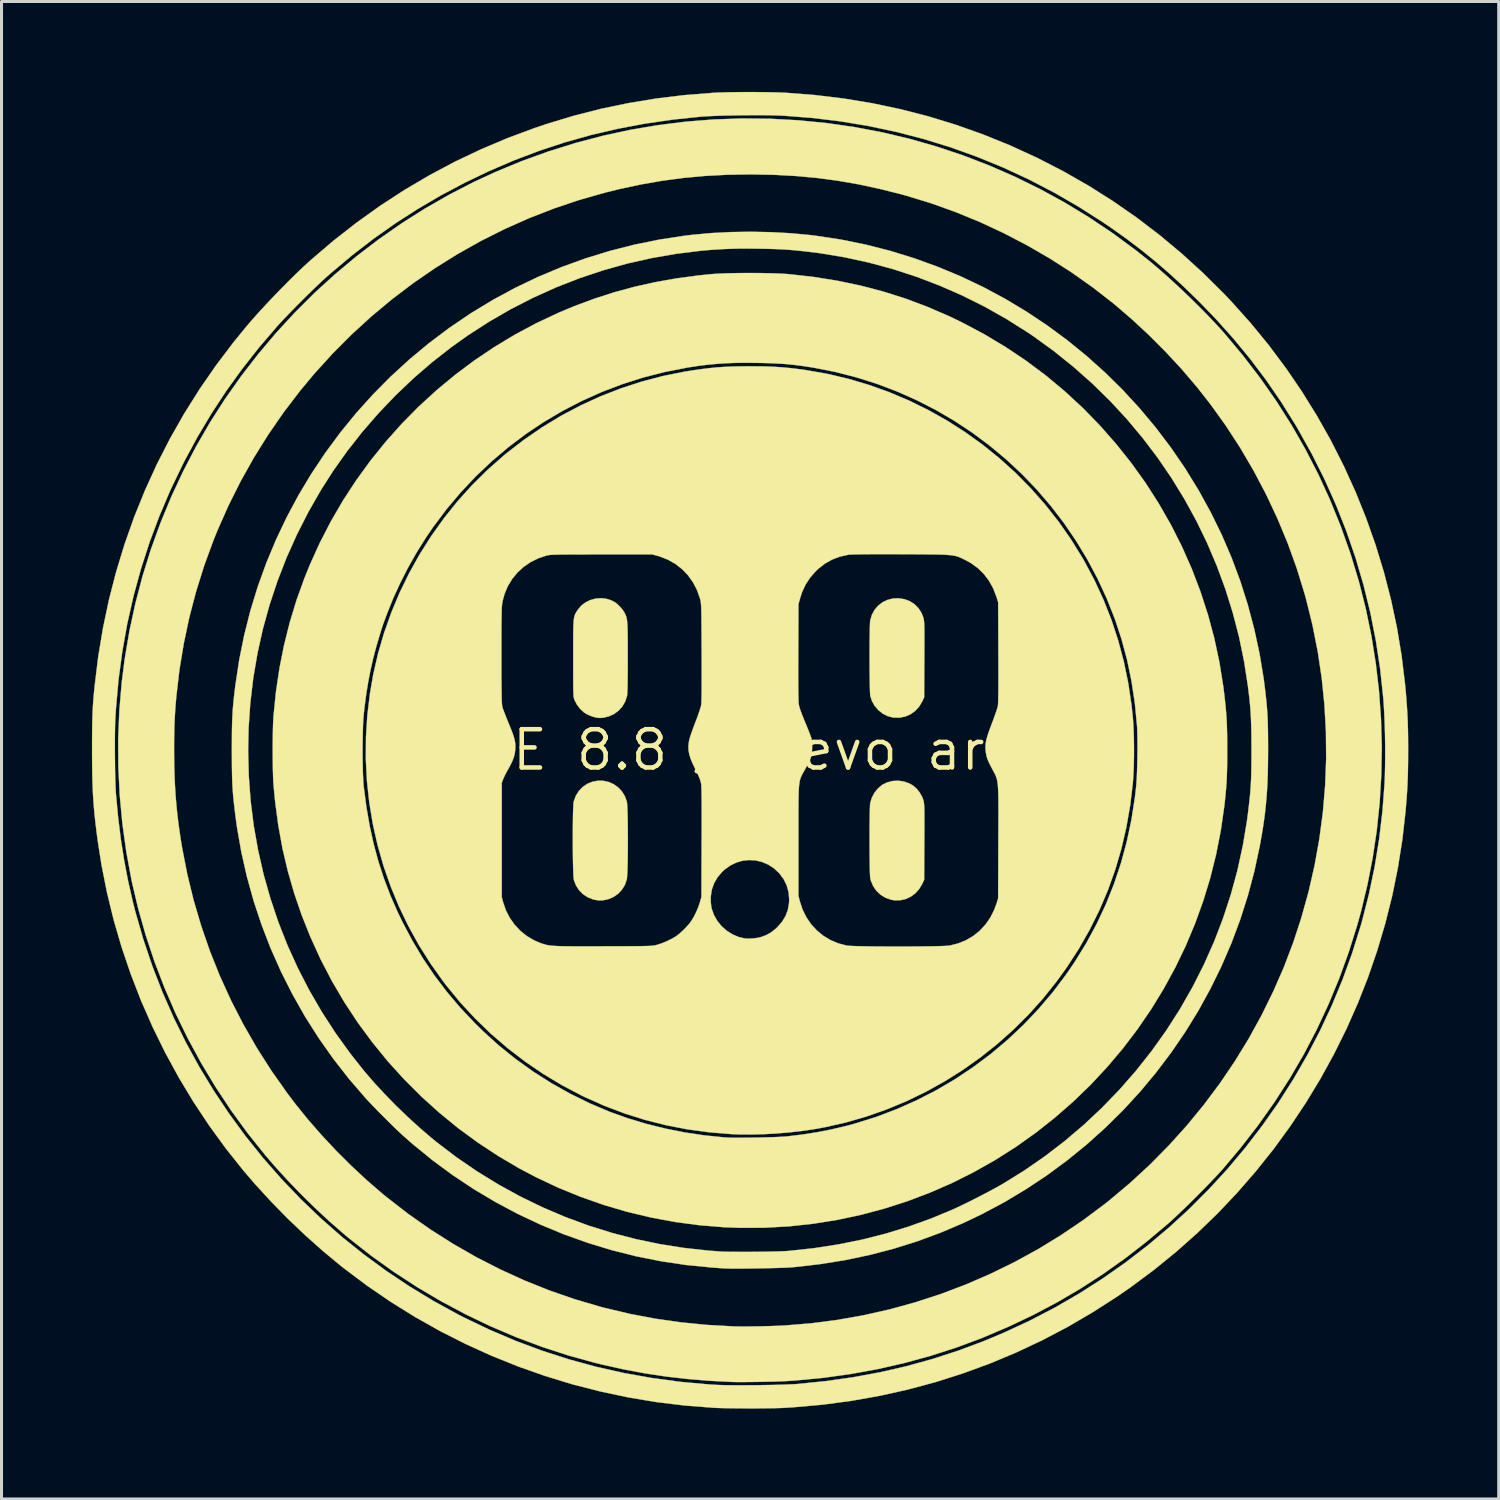
<source format=kicad_pcb>
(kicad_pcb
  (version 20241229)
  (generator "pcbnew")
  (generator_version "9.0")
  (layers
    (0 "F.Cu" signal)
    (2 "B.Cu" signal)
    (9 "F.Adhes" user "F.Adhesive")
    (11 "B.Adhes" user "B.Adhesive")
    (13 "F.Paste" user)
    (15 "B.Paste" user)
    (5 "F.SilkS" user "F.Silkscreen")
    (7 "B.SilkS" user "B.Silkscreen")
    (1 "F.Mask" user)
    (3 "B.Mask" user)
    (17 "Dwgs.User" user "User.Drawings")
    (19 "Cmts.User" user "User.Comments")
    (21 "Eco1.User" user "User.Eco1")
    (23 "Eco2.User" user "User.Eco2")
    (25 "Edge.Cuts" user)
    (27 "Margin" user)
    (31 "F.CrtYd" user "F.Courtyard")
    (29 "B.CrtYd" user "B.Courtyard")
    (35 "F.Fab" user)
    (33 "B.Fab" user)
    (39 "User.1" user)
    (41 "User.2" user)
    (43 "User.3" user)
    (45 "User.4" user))
  (footprint "BADGE 8.8 _Nuevo archivo"
    (layer "F.Cu")
    (at 21.817 21.829)
    (property "Reference" "BADGE 8.8 _Nuevo archivo" (at 0 0 0) (layer "F.SilkS") (effects (font (size 1.27 1.27) (thickness 0.15))))
    (attr through_hole)
    (fp_poly (pts (xy 5.138 -5.002) (xy 5.316 -4.935) (xy 5.471 -4.835) (xy 5.601 -4.704) (xy 5.702 -4.546) (xy 5.759 -4.402) (xy 5.768 -4.372) (xy 5.775 -4.341) (xy 5.781 -4.305) (xy 5.786 -4.261) (xy 5.79 -4.207) (xy 5.793 -4.137) (xy 5.795 -4.048) (xy 5.797 -3.938) (xy 5.797 -3.802) (xy 5.797 -3.637) (xy 5.797 -3.439) (xy 5.796 -3.205) (xy 5.795 -3.005) (xy 5.789 -1.746) (xy 5.723 -1.606) (xy 5.62 -1.435) (xy 5.49 -1.294) (xy 5.337 -1.185) (xy 5.165 -1.111) (xy 4.98 -1.073) (xy 4.785 -1.074) (xy 4.748 -1.079) (xy 4.573 -1.126) (xy 4.411 -1.209) (xy 4.268 -1.324) (xy 4.148 -1.465) (xy 4.057 -1.626) (xy 4.003 -1.795) (xy 3.998 -1.841) (xy 3.993 -1.924) (xy 3.99 -2.04) (xy 3.986 -2.183) (xy 3.984 -2.349) (xy 3.981 -2.532) (xy 3.98 -2.728) (xy 3.979 -2.932) (xy 3.979 -3.138) (xy 3.979 -3.343) (xy 3.98 -3.54) (xy 3.982 -3.725) (xy 3.984 -3.894) (xy 3.987 -4.04) (xy 3.991 -4.159) (xy 3.995 -4.247) (xy 4 -4.298) (xy 4.001 -4.299) (xy 4.055 -4.484) (xy 4.144 -4.648) (xy 4.263 -4.787) (xy 4.407 -4.899) (xy 4.572 -4.979) (xy 4.753 -5.025) (xy 4.94 -5.033) (xy 5.138 -5.002)) (stroke (width 0.01) (type solid)) (fill yes) (layer "F.SilkS"))
    (fp_poly (pts (xy 5.119 1.046) (xy 5.296 1.108) (xy 5.414 1.175) (xy 5.532 1.276) (xy 5.637 1.405) (xy 5.72 1.55) (xy 5.758 1.649) (xy 5.767 1.68) (xy 5.775 1.711) (xy 5.781 1.746) (xy 5.786 1.789) (xy 5.79 1.843) (xy 5.793 1.912) (xy 5.795 1.999) (xy 5.797 2.107) (xy 5.797 2.241) (xy 5.797 2.403) (xy 5.797 2.598) (xy 5.796 2.829) (xy 5.795 3.049) (xy 5.789 4.307) (xy 5.721 4.45) (xy 5.62 4.618) (xy 5.493 4.758) (xy 5.343 4.867) (xy 5.177 4.944) (xy 4.999 4.984) (xy 4.814 4.987) (xy 4.688 4.966) (xy 4.504 4.9) (xy 4.341 4.8) (xy 4.204 4.67) (xy 4.097 4.514) (xy 4.022 4.335) (xy 4.003 4.259) (xy 3.998 4.213) (xy 3.993 4.129) (xy 3.989 4.014) (xy 3.986 3.87) (xy 3.983 3.705) (xy 3.981 3.521) (xy 3.98 3.325) (xy 3.979 3.121) (xy 3.979 2.915) (xy 3.979 2.711) (xy 3.98 2.513) (xy 3.982 2.328) (xy 3.984 2.16) (xy 3.987 2.014) (xy 3.991 1.895) (xy 3.995 1.808) (xy 4 1.758) (xy 4.001 1.756) (xy 4.052 1.588) (xy 4.136 1.427) (xy 4.248 1.285) (xy 4.379 1.17) (xy 4.406 1.151) (xy 4.57 1.072) (xy 4.749 1.028) (xy 4.935 1.019) (xy 5.119 1.046)) (stroke (width 0.01) (type solid)) (fill yes) (layer "F.SilkS"))
    (fp_poly (pts (xy -4.851 1.022) (xy -4.673 1.062) (xy -4.508 1.136) (xy -4.361 1.241) (xy -4.236 1.375) (xy -4.138 1.534) (xy -4.075 1.705) (xy -4.067 1.758) (xy -4.06 1.849) (xy -4.054 1.973) (xy -4.049 2.123) (xy -4.045 2.296) (xy -4.042 2.487) (xy -4.04 2.689) (xy -4.039 2.9) (xy -4.039 3.112) (xy -4.04 3.322) (xy -4.043 3.525) (xy -4.046 3.715) (xy -4.05 3.887) (xy -4.055 4.037) (xy -4.062 4.16) (xy -4.069 4.25) (xy -4.076 4.297) (xy -4.137 4.474) (xy -4.234 4.632) (xy -4.361 4.767) (xy -4.513 4.874) (xy -4.687 4.948) (xy -4.742 4.962) (xy -4.874 4.987) (xy -4.991 4.991) (xy -5.113 4.974) (xy -5.187 4.957) (xy -5.364 4.889) (xy -5.522 4.787) (xy -5.655 4.655) (xy -5.758 4.497) (xy -5.828 4.318) (xy -5.83 4.308) (xy -5.838 4.258) (xy -5.844 4.17) (xy -5.85 4.05) (xy -5.855 3.902) (xy -5.859 3.732) (xy -5.862 3.544) (xy -5.864 3.343) (xy -5.866 3.134) (xy -5.866 2.923) (xy -5.866 2.713) (xy -5.864 2.511) (xy -5.862 2.319) (xy -5.859 2.145) (xy -5.855 1.992) (xy -5.849 1.866) (xy -5.843 1.771) (xy -5.836 1.712) (xy -5.834 1.704) (xy -5.765 1.518) (xy -5.662 1.356) (xy -5.532 1.221) (xy -5.375 1.117) (xy -5.225 1.056) (xy -5.037 1.019) (xy -4.851 1.022)) (stroke (width 0.01) (type solid)) (fill yes) (layer "F.SilkS"))
    (fp_poly (pts (xy -4.758 -5.017) (xy -4.587 -4.964) (xy -4.47 -4.902) (xy -4.388 -4.839) (xy -4.301 -4.754) (xy -4.22 -4.66) (xy -4.16 -4.571) (xy -4.151 -4.554) (xy -4.128 -4.509) (xy -4.109 -4.466) (xy -4.093 -4.421) (xy -4.08 -4.371) (xy -4.069 -4.311) (xy -4.061 -4.239) (xy -4.055 -4.15) (xy -4.05 -4.041) (xy -4.047 -3.907) (xy -4.045 -3.747) (xy -4.043 -3.554) (xy -4.043 -3.327) (xy -4.043 -3.066) (xy -4.043 -2.759) (xy -4.045 -2.494) (xy -4.047 -2.27) (xy -4.05 -2.089) (xy -4.055 -1.949) (xy -4.06 -1.852) (xy -4.066 -1.797) (xy -4.066 -1.795) (xy -4.126 -1.611) (xy -4.22 -1.447) (xy -4.345 -1.307) (xy -4.496 -1.195) (xy -4.669 -1.116) (xy -4.818 -1.079) (xy -4.893 -1.067) (xy -4.946 -1.063) (xy -4.997 -1.064) (xy -5.064 -1.072) (xy -5.069 -1.073) (xy -5.178 -1.098) (xy -5.3 -1.142) (xy -5.416 -1.197) (xy -5.497 -1.248) (xy -5.622 -1.364) (xy -5.73 -1.506) (xy -5.805 -1.651) (xy -5.815 -1.676) (xy -5.823 -1.7) (xy -5.83 -1.727) (xy -5.836 -1.761) (xy -5.841 -1.805) (xy -5.844 -1.862) (xy -5.847 -1.936) (xy -5.849 -2.03) (xy -5.851 -2.148) (xy -5.852 -2.293) (xy -5.852 -2.469) (xy -5.853 -2.678) (xy -5.853 -2.925) (xy -5.853 -3.048) (xy -5.853 -3.322) (xy -5.853 -3.556) (xy -5.852 -3.756) (xy -5.851 -3.923) (xy -5.848 -4.063) (xy -5.844 -4.177) (xy -5.838 -4.271) (xy -5.83 -4.347) (xy -5.819 -4.408) (xy -5.806 -4.459) (xy -5.789 -4.502) (xy -5.769 -4.542) (xy -5.745 -4.582) (xy -5.717 -4.625) (xy -5.697 -4.654) (xy -5.584 -4.789) (xy -5.445 -4.896) (xy -5.286 -4.974) (xy -5.115 -5.021) (xy -4.936 -5.036) (xy -4.758 -5.017)) (stroke (width 0.01) (type solid)) (fill yes) (layer "F.SilkS"))
    (fp_poly (pts (xy 0.341 -15.821) (xy 0.598 -15.816) (xy 0.838 -15.81) (xy 1.055 -15.801) (xy 1.242 -15.79) (xy 1.323 -15.783) (xy 2.133 -15.691) (xy 2.919 -15.565) (xy 3.685 -15.404) (xy 4.433 -15.208) (xy 5.167 -14.975) (xy 5.887 -14.705) (xy 6.599 -14.398) (xy 7.056 -14.178) (xy 7.789 -13.788) (xy 8.494 -13.366) (xy 9.173 -12.911) (xy 9.825 -12.424) (xy 10.449 -11.904) (xy 11.046 -11.352) (xy 11.617 -10.767) (xy 12.159 -10.15) (xy 12.657 -9.525) (xy 13.132 -8.863) (xy 13.57 -8.179) (xy 13.973 -7.476) (xy 14.338 -6.754) (xy 14.665 -6.015) (xy 14.953 -5.261) (xy 15.203 -4.492) (xy 15.413 -3.711) (xy 15.582 -2.92) (xy 15.711 -2.118) (xy 15.746 -1.841) (xy 15.77 -1.621) (xy 15.791 -1.423) (xy 15.807 -1.24) (xy 15.82 -1.063) (xy 15.829 -0.885) (xy 15.835 -0.697) (xy 15.84 -0.49) (xy 15.842 -0.258) (xy 15.842 0.008) (xy 15.842 0.011) (xy 15.842 0.277) (xy 15.84 0.51) (xy 15.835 0.716) (xy 15.829 0.905) (xy 15.82 1.083) (xy 15.807 1.26) (xy 15.791 1.443) (xy 15.771 1.641) (xy 15.746 1.861) (xy 15.746 1.863) (xy 15.631 2.665) (xy 15.476 3.457) (xy 15.282 4.238) (xy 15.048 5.005) (xy 14.776 5.758) (xy 14.467 6.495) (xy 14.12 7.215) (xy 13.738 7.917) (xy 13.321 8.598) (xy 12.869 9.259) (xy 12.383 9.898) (xy 11.865 10.512) (xy 11.315 11.102) (xy 10.733 11.665) (xy 10.12 12.2) (xy 9.498 12.692) (xy 8.834 13.164) (xy 8.149 13.599) (xy 7.445 13.997) (xy 6.724 14.359) (xy 5.986 14.682) (xy 5.234 14.967) (xy 4.469 15.213) (xy 3.693 15.42) (xy 2.906 15.588) (xy 2.111 15.715) (xy 1.309 15.802) (xy 0.502 15.847) (xy -0.309 15.851) (xy -0.847 15.831) (xy -1.661 15.765) (xy -2.469 15.658) (xy -3.269 15.509) (xy -4.06 15.321) (xy -4.838 15.092) (xy -5.604 14.823) (xy -6.356 14.516) (xy -7.091 14.169) (xy -7.638 13.881) (xy -8.338 13.469) (xy -9.015 13.023) (xy -9.668 12.544) (xy -10.294 12.033) (xy -10.894 11.491) (xy -11.465 10.92) (xy -12.007 10.321) (xy -12.517 9.696) (xy -12.996 9.046) (xy -13.44 8.372) (xy -13.85 7.675) (xy -14.224 6.958) (xy -14.246 6.913) (xy -14.572 6.197) (xy -14.859 5.478) (xy -15.108 4.752) (xy -15.32 4.016) (xy -15.496 3.266) (xy -15.636 2.498) (xy -15.741 1.71) (xy -15.794 1.154) (xy -15.803 1.019) (xy -15.809 0.85) (xy -15.815 0.653) (xy -15.818 0.436) (xy -15.82 0.205) (xy -15.821 0.04) (xy -12.84 0.04) (xy -12.838 0.286) (xy -12.835 0.524) (xy -12.829 0.747) (xy -12.82 0.947) (xy -12.81 1.118) (xy -12.8 1.228) (xy -12.713 1.888) (xy -12.605 2.516) (xy -12.472 3.12) (xy -12.314 3.703) (xy -12.128 4.272) (xy -11.914 4.833) (xy -11.669 5.391) (xy -11.512 5.715) (xy -11.185 6.333) (xy -10.833 6.921) (xy -10.453 7.483) (xy -10.043 8.024) (xy -9.599 8.548) (xy -9.118 9.058) (xy -8.837 9.335) (xy -8.313 9.808) (xy -7.758 10.254) (xy -7.175 10.671) (xy -6.568 11.057) (xy -5.939 11.409) (xy -5.292 11.727) (xy -4.629 12.007) (xy -4.622 12.009) (xy -4.039 12.218) (xy -3.428 12.402) (xy -2.798 12.558) (xy -2.157 12.686) (xy -1.513 12.783) (xy -0.874 12.847) (xy -0.751 12.856) (xy -0.655 12.86) (xy -0.524 12.862) (xy -0.364 12.863) (xy -0.183 12.862) (xy 0.013 12.86) (xy 0.216 12.857) (xy 0.42 12.853) (xy 0.618 12.848) (xy 0.804 12.842) (xy 0.969 12.835) (xy 1.108 12.828) (xy 1.214 12.82) (xy 1.238 12.818) (xy 1.752 12.756) (xy 2.237 12.68) (xy 2.704 12.589) (xy 3.165 12.481) (xy 3.493 12.393) (xy 4.19 12.175) (xy 4.872 11.917) (xy 5.537 11.622) (xy 6.183 11.291) (xy 6.809 10.924) (xy 7.413 10.522) (xy 7.993 10.088) (xy 8.549 9.621) (xy 9.079 9.123) (xy 9.58 8.595) (xy 10.053 8.039) (xy 10.495 7.454) (xy 10.779 7.038) (xy 11.165 6.412) (xy 11.511 5.772) (xy 11.819 5.116) (xy 12.087 4.444) (xy 12.317 3.756) (xy 12.509 3.05) (xy 12.663 2.327) (xy 12.779 1.584) (xy 12.817 1.259) (xy 12.83 1.116) (xy 12.841 0.938) (xy 12.85 0.734) (xy 12.857 0.511) (xy 12.862 0.279) (xy 12.865 0.044) (xy 12.866 -0.185) (xy 12.864 -0.4) (xy 12.86 -0.592) (xy 12.854 -0.755) (xy 12.85 -0.806) (xy 12.779 -1.551) (xy 12.669 -2.277) (xy 12.523 -2.984) (xy 12.338 -3.673) (xy 12.12 -4.335) (xy 11.849 -5.02) (xy 11.542 -5.684) (xy 11.201 -6.325) (xy 10.827 -6.943) (xy 10.422 -7.536) (xy 9.985 -8.104) (xy 9.52 -8.645) (xy 9.026 -9.159) (xy 8.506 -9.643) (xy 7.96 -10.098) (xy 7.391 -10.523) (xy 6.798 -10.915) (xy 6.183 -11.275) (xy 5.549 -11.6) (xy 4.895 -11.891) (xy 4.223 -12.146) (xy 3.535 -12.363) (xy 2.832 -12.543) (xy 2.114 -12.684) (xy 1.81 -12.731) (xy 1.596 -12.76) (xy 1.397 -12.783) (xy 1.201 -12.802) (xy 1.002 -12.816) (xy 0.788 -12.827) (xy 0.552 -12.835) (xy 0.284 -12.841) (xy 0.239 -12.842) (xy -0.134 -12.845) (xy -0.476 -12.841) (xy -0.795 -12.829) (xy -1.101 -12.808) (xy -1.404 -12.779) (xy -1.714 -12.74) (xy -2.041 -12.69) (xy -2.11 -12.678) (xy -2.83 -12.536) (xy -3.537 -12.355) (xy -4.229 -12.134) (xy -4.906 -11.876) (xy -5.565 -11.58) (xy -6.206 -11.249) (xy -6.826 -10.882) (xy -7.426 -10.481) (xy -8.002 -10.046) (xy -8.554 -9.579) (xy -9.081 -9.08) (xy -9.581 -8.55) (xy -10.052 -7.991) (xy -10.494 -7.402) (xy -10.743 -7.038) (xy -11.045 -6.555) (xy -11.33 -6.052) (xy -11.592 -5.537) (xy -11.828 -5.022) (xy -12.031 -4.515) (xy -12.053 -4.456) (xy -12.087 -4.363) (xy -12.117 -4.282) (xy -12.14 -4.222) (xy -12.149 -4.199) (xy -12.161 -4.164) (xy -12.183 -4.097) (xy -12.213 -4.004) (xy -12.247 -3.895) (xy -12.274 -3.807) (xy -12.391 -3.408) (xy -12.492 -3.024) (xy -12.578 -2.643) (xy -12.653 -2.256) (xy -12.718 -1.852) (xy -12.775 -1.421) (xy -12.799 -1.206) (xy -12.812 -1.062) (xy -12.822 -0.882) (xy -12.83 -0.675) (xy -12.835 -0.448) (xy -12.839 -0.207) (xy -12.84 0.04) (xy -15.821 0.04) (xy -15.821 -0.032) (xy -15.82 -0.267) (xy -15.817 -0.494) (xy -15.813 -0.705) (xy -15.807 -0.893) (xy -15.8 -1.05) (xy -15.794 -1.132) (xy -15.712 -1.938) (xy -15.595 -2.721) (xy -15.443 -3.484) (xy -15.255 -4.233) (xy -15.031 -4.97) (xy -14.769 -5.698) (xy -14.595 -6.128) (xy -14.263 -6.863) (xy -13.894 -7.579) (xy -13.49 -8.274) (xy -13.051 -8.946) (xy -12.58 -9.595) (xy -12.077 -10.219) (xy -11.544 -10.817) (xy -10.982 -11.387) (xy -10.392 -11.928) (xy -9.775 -12.44) (xy -9.134 -12.92) (xy -8.468 -13.368) (xy -7.78 -13.782) (xy -7.071 -14.161) (xy -6.342 -14.504) (xy -5.821 -14.722) (xy -5.156 -14.969) (xy -4.489 -15.184) (xy -3.816 -15.367) (xy -3.129 -15.52) (xy -2.423 -15.645) (xy -1.692 -15.743) (xy -1.291 -15.784) (xy -1.126 -15.796) (xy -0.927 -15.806) (xy -0.699 -15.814) (xy -0.451 -15.819) (xy -0.19 -15.822) (xy 0.076 -15.822) (xy 0.341 -15.821)) (stroke (width 0.01) (type solid)) (fill yes) (layer "F.SilkS"))
    (fp_poly (pts (xy 0.695 -20.939) (xy 1.638 -20.887) (xy 2.572 -20.794) (xy 3.495 -20.661) (xy 4.409 -20.487) (xy 5.313 -20.272) (xy 6.205 -20.017) (xy 7.085 -19.723) (xy 7.95 -19.389) (xy 8.801 -19.017) (xy 9.635 -18.607) (xy 10.452 -18.16) (xy 11.25 -17.675) (xy 12.029 -17.154) (xy 12.787 -16.596) (xy 13.293 -16.195) (xy 13.539 -15.987) (xy 13.804 -15.755) (xy 14.082 -15.503) (xy 14.365 -15.238) (xy 14.649 -14.966) (xy 14.926 -14.692) (xy 15.191 -14.423) (xy 15.438 -14.164) (xy 15.659 -13.923) (xy 15.752 -13.818) (xy 16.366 -13.083) (xy 16.942 -12.332) (xy 17.479 -11.563) (xy 17.978 -10.776) (xy 18.439 -9.97) (xy 18.864 -9.145) (xy 19.252 -8.299) (xy 19.604 -7.432) (xy 19.92 -6.543) (xy 19.948 -6.458) (xy 20.214 -5.577) (xy 20.44 -4.683) (xy 20.626 -3.78) (xy 20.772 -2.868) (xy 20.878 -1.951) (xy 20.944 -1.029) (xy 20.97 -0.106) (xy 20.955 0.818) (xy 20.9 1.74) (xy 20.805 2.658) (xy 20.669 3.571) (xy 20.493 4.475) (xy 20.277 5.371) (xy 20.16 5.794) (xy 19.878 6.693) (xy 19.56 7.572) (xy 19.205 8.431) (xy 18.813 9.271) (xy 18.384 10.092) (xy 17.916 10.895) (xy 17.41 11.681) (xy 16.865 12.451) (xy 16.282 13.204) (xy 15.708 13.885) (xy 15.596 14.011) (xy 15.457 14.16) (xy 15.298 14.327) (xy 15.123 14.507) (xy 14.939 14.694) (xy 14.75 14.884) (xy 14.561 15.07) (xy 14.379 15.248) (xy 14.207 15.412) (xy 14.052 15.557) (xy 13.919 15.678) (xy 13.885 15.708) (xy 13.175 16.305) (xy 12.456 16.863) (xy 11.725 17.382) (xy 10.979 17.865) (xy 10.214 18.314) (xy 9.428 18.731) (xy 8.616 19.118) (xy 7.776 19.477) (xy 7.705 19.506) (xy 6.869 19.818) (xy 6.013 20.094) (xy 5.139 20.334) (xy 4.249 20.537) (xy 3.347 20.701) (xy 2.435 20.828) (xy 1.516 20.915) (xy 1.249 20.933) (xy 1.126 20.939) (xy 0.973 20.945) (xy 0.795 20.951) (xy 0.601 20.955) (xy 0.398 20.96) (xy 0.194 20.963) (xy -0.005 20.965) (xy -0.19 20.967) (xy -0.354 20.967) (xy -0.491 20.966) (xy -0.582 20.964) (xy -1.338 20.925) (xy -2.064 20.865) (xy -2.77 20.784) (xy -3.464 20.68) (xy -4.154 20.551) (xy -4.85 20.397) (xy -5.122 20.331) (xy -6.004 20.088) (xy -6.877 19.804) (xy -7.739 19.481) (xy -8.587 19.12) (xy -9.42 18.721) (xy -10.236 18.286) (xy -11.031 17.816) (xy -11.805 17.312) (xy -12.555 16.775) (xy -13.278 16.207) (xy -13.483 16.035) (xy -13.95 15.627) (xy -14.421 15.189) (xy -14.887 14.731) (xy -15.338 14.262) (xy -15.766 13.791) (xy -16.077 13.429) (xy -16.657 12.704) (xy -17.203 11.953) (xy -17.715 11.18) (xy -18.193 10.385) (xy -18.635 9.57) (xy -19.041 8.738) (xy -19.409 7.889) (xy -19.74 7.026) (xy -20.031 6.15) (xy -20.282 5.264) (xy -20.493 4.369) (xy -20.508 4.297) (xy -20.678 3.371) (xy -20.808 2.439) (xy -20.895 1.504) (xy -20.941 0.568) (xy -20.944 0.011) (xy -19.092 0.011) (xy -19.087 0.536) (xy -19.071 1.031) (xy -19.043 1.506) (xy -19.002 1.972) (xy -18.948 2.438) (xy -18.88 2.915) (xy -18.829 3.228) (xy -18.657 4.111) (xy -18.445 4.98) (xy -18.193 5.835) (xy -17.902 6.677) (xy -17.571 7.503) (xy -17.201 8.314) (xy -16.792 9.108) (xy -16.345 9.886) (xy -15.859 10.647) (xy -15.335 11.389) (xy -15.072 11.737) (xy -14.65 12.26) (xy -14.193 12.783) (xy -13.71 13.299) (xy -13.206 13.8) (xy -12.69 14.28) (xy -12.168 14.73) (xy -12.021 14.85) (xy -11.316 15.396) (xy -10.587 15.907) (xy -9.836 16.384) (xy -9.065 16.825) (xy -8.275 17.23) (xy -7.469 17.597) (xy -6.649 17.926) (xy -5.816 18.215) (xy -4.972 18.464) (xy -4.805 18.508) (xy -3.969 18.706) (xy -3.129 18.865) (xy -2.28 18.986) (xy -1.418 19.071) (xy -0.538 19.12) (xy -0.476 19.122) (xy -0.352 19.124) (xy -0.195 19.125) (xy -0.012 19.124) (xy 0.187 19.121) (xy 0.395 19.117) (xy 0.602 19.112) (xy 0.8 19.106) (xy 0.981 19.099) (xy 1.135 19.092) (xy 1.154 19.091) (xy 2.041 19.018) (xy 2.922 18.904) (xy 3.795 18.748) (xy 4.659 18.553) (xy 5.511 18.317) (xy 6.352 18.043) (xy 7.179 17.729) (xy 7.991 17.377) (xy 8.787 16.987) (xy 9.565 16.561) (xy 10.323 16.097) (xy 11.062 15.598) (xy 11.778 15.063) (xy 11.938 14.936) (xy 12.624 14.359) (xy 13.281 13.753) (xy 13.907 13.119) (xy 14.503 12.458) (xy 15.066 11.772) (xy 15.597 11.062) (xy 16.094 10.329) (xy 16.556 9.575) (xy 16.982 8.8) (xy 17.372 8.007) (xy 17.725 7.197) (xy 18.039 6.37) (xy 18.3 5.571) (xy 18.541 4.704) (xy 18.741 3.829) (xy 18.899 2.949) (xy 19.016 2.064) (xy 19.091 1.176) (xy 19.125 0.286) (xy 19.117 -0.604) (xy 19.068 -1.493) (xy 18.978 -2.38) (xy 18.846 -3.263) (xy 18.672 -4.141) (xy 18.457 -5.012) (xy 18.406 -5.196) (xy 18.147 -6.034) (xy 17.848 -6.862) (xy 17.51 -7.677) (xy 17.134 -8.477) (xy 16.722 -9.26) (xy 16.275 -10.023) (xy 15.794 -10.763) (xy 15.28 -11.478) (xy 14.829 -12.052) (xy 14.336 -12.63) (xy 13.809 -13.199) (xy 13.256 -13.754) (xy 12.685 -14.284) (xy 12.106 -14.782) (xy 12.076 -14.807) (xy 11.398 -15.335) (xy 10.692 -15.835) (xy 9.961 -16.304) (xy 9.206 -16.741) (xy 8.433 -17.144) (xy 7.643 -17.512) (xy 6.84 -17.842) (xy 6.027 -18.134) (xy 5.207 -18.385) (xy 5.024 -18.435) (xy 4.309 -18.615) (xy 3.61 -18.765) (xy 2.92 -18.885) (xy 2.229 -18.977) (xy 1.53 -19.041) (xy 0.814 -19.08) (xy 0.071 -19.094) (xy 0.011 -19.094) (xy -0.748 -19.082) (xy -1.48 -19.043) (xy -2.196 -18.977) (xy -2.902 -18.883) (xy -3.608 -18.76) (xy -4.322 -18.607) (xy -4.805 -18.487) (xy -5.656 -18.245) (xy -6.494 -17.963) (xy -7.318 -17.642) (xy -8.124 -17.283) (xy -8.914 -16.887) (xy -9.684 -16.455) (xy -10.434 -15.987) (xy -11.163 -15.485) (xy -11.868 -14.95) (xy -12.549 -14.382) (xy -13.205 -13.782) (xy -13.833 -13.152) (xy -14.434 -12.491) (xy -14.912 -11.917) (xy -15.457 -11.203) (xy -15.968 -10.464) (xy -16.443 -9.703) (xy -16.882 -8.92) (xy -17.284 -8.117) (xy -17.649 -7.296) (xy -17.788 -6.951) (xy -18.093 -6.119) (xy -18.358 -5.273) (xy -18.584 -4.413) (xy -18.769 -3.543) (xy -18.914 -2.666) (xy -19.017 -1.784) (xy -19.017 -1.777) (xy -19.04 -1.521) (xy -19.057 -1.281) (xy -19.071 -1.047) (xy -19.081 -0.81) (xy -19.087 -0.56) (xy -19.091 -0.287) (xy -19.092 0.011) (xy -20.944 0.011) (xy -20.946 -0.369) (xy -20.908 -1.304) (xy -20.83 -2.235) (xy -20.731 -3.016) (xy -20.574 -3.945) (xy -20.376 -4.862) (xy -20.139 -5.766) (xy -19.86 -6.659) (xy -19.541 -7.54) (xy -19.181 -8.41) (xy -18.794 -9.239) (xy -18.366 -10.061) (xy -17.903 -10.862) (xy -17.404 -11.641) (xy -16.871 -12.396) (xy -16.306 -13.128) (xy -15.71 -13.834) (xy -15.084 -14.513) (xy -14.43 -15.165) (xy -13.747 -15.787) (xy -13.039 -16.379) (xy -12.306 -16.939) (xy -11.549 -17.467) (xy -10.77 -17.961) (xy -9.969 -18.42) (xy -9.148 -18.843) (xy -8.435 -19.173) (xy -7.561 -19.535) (xy -6.675 -19.855) (xy -5.78 -20.135) (xy -4.875 -20.374) (xy -3.962 -20.572) (xy -3.041 -20.728) (xy -2.114 -20.844) (xy -1.182 -20.917) (xy -0.245 -20.949) (xy 0.695 -20.939)) (stroke (width 0.01) (type solid)) (fill yes) (layer "F.SilkS"))
    (fp_poly (pts (xy 0.707 -17.178) (xy 1.362 -17.142) (xy 1.997 -17.083) (xy 2.201 -17.058) (xy 3.036 -16.931) (xy 3.86 -16.763) (xy 4.67 -16.556) (xy 5.465 -16.31) (xy 6.246 -16.027) (xy 7.01 -15.708) (xy 7.756 -15.353) (xy 8.483 -14.963) (xy 9.19 -14.538) (xy 9.875 -14.081) (xy 10.538 -13.592) (xy 11.178 -13.071) (xy 11.792 -12.52) (xy 12.381 -11.939) (xy 12.942 -11.329) (xy 13.475 -10.691) (xy 13.978 -10.026) (xy 14.451 -9.335) (xy 14.891 -8.619) (xy 15.299 -7.878) (xy 15.668 -7.123) (xy 15.99 -6.372) (xy 16.277 -5.601) (xy 16.527 -4.812) (xy 16.74 -4.009) (xy 16.915 -3.196) (xy 17.051 -2.377) (xy 17.112 -1.894) (xy 17.132 -1.703) (xy 17.15 -1.527) (xy 17.164 -1.361) (xy 17.175 -1.198) (xy 17.183 -1.031) (xy 17.19 -0.853) (xy 17.194 -0.658) (xy 17.196 -0.438) (xy 17.198 -0.188) (xy 17.198 0.011) (xy 17.195 0.426) (xy 17.188 0.807) (xy 17.174 1.161) (xy 17.153 1.497) (xy 17.125 1.822) (xy 17.089 2.144) (xy 17.044 2.472) (xy 16.989 2.811) (xy 16.925 3.172) (xy 16.92 3.196) (xy 16.743 4.022) (xy 16.527 4.834) (xy 16.272 5.631) (xy 15.98 6.412) (xy 15.65 7.176) (xy 15.285 7.921) (xy 14.886 8.647) (xy 14.452 9.352) (xy 13.985 10.035) (xy 13.486 10.695) (xy 12.957 11.33) (xy 12.397 11.94) (xy 11.808 12.523) (xy 11.19 13.078) (xy 10.545 13.604) (xy 9.874 14.1) (xy 9.177 14.564) (xy 8.456 14.996) (xy 7.711 15.393) (xy 7.078 15.696) (xy 6.32 16.017) (xy 5.551 16.301) (xy 4.768 16.546) (xy 3.971 16.753) (xy 3.157 16.924) (xy 2.323 17.057) (xy 1.469 17.155) (xy 1.439 17.158) (xy 1.346 17.164) (xy 1.218 17.171) (xy 1.061 17.177) (xy 0.881 17.183) (xy 0.685 17.188) (xy 0.478 17.193) (xy 0.265 17.196) (xy 0.054 17.199) (xy -0.15 17.202) (xy -0.341 17.203) (xy -0.514 17.203) (xy -0.662 17.202) (xy -0.779 17.199) (xy -0.857 17.196) (xy -0.918 17.191) (xy -1.009 17.185) (xy -1.12 17.177) (xy -1.239 17.168) (xy -1.27 17.166) (xy -2.106 17.084) (xy -2.935 16.96) (xy -3.756 16.797) (xy -4.568 16.593) (xy -5.369 16.349) (xy -6.157 16.068) (xy -6.93 15.748) (xy -7.688 15.391) (xy -8.427 14.998) (xy -9.147 14.569) (xy -9.847 14.105) (xy -10.523 13.606) (xy -11.176 13.074) (xy -11.504 12.785) (xy -11.607 12.69) (xy -11.733 12.57) (xy -11.875 12.432) (xy -12.027 12.282) (xy -12.182 12.127) (xy -12.335 11.973) (xy -12.478 11.826) (xy -12.605 11.693) (xy -12.711 11.58) (xy -12.735 11.553) (xy -13.29 10.91) (xy -13.811 10.242) (xy -14.298 9.551) (xy -14.749 8.84) (xy -15.164 8.108) (xy -15.543 7.358) (xy -15.884 6.591) (xy -16.187 5.808) (xy -16.452 5.011) (xy -16.677 4.202) (xy -16.862 3.382) (xy -17.007 2.552) (xy -17.059 2.17) (xy -17.085 1.956) (xy -17.107 1.765) (xy -17.126 1.59) (xy -17.14 1.423) (xy -17.152 1.259) (xy -17.161 1.091) (xy -17.167 0.913) (xy -17.171 0.717) (xy -17.174 0.497) (xy -17.175 0.247) (xy -17.176 0.011) (xy -16.636 0.011) (xy -16.615 0.852) (xy -16.553 1.686) (xy -16.45 2.512) (xy -16.305 3.328) (xy -16.121 4.135) (xy -15.896 4.929) (xy -15.633 5.711) (xy -15.33 6.48) (xy -14.988 7.233) (xy -14.608 7.971) (xy -14.19 8.691) (xy -13.735 9.393) (xy -13.243 10.075) (xy -12.791 10.646) (xy -12.468 11.021) (xy -12.114 11.405) (xy -11.738 11.79) (xy -11.347 12.167) (xy -10.951 12.529) (xy -10.556 12.868) (xy -10.382 13.01) (xy -9.728 13.508) (xy -9.047 13.975) (xy -8.343 14.408) (xy -7.619 14.806) (xy -6.877 15.167) (xy -6.12 15.49) (xy -5.351 15.774) (xy -5.33 15.781) (xy -4.555 16.023) (xy -3.776 16.225) (xy -2.99 16.389) (xy -2.192 16.516) (xy -1.378 16.606) (xy -0.974 16.636) (xy -0.87 16.641) (xy -0.731 16.645) (xy -0.563 16.647) (xy -0.373 16.648) (xy -0.167 16.649) (xy 0.049 16.648) (xy 0.267 16.646) (xy 0.482 16.643) (xy 0.688 16.64) (xy 0.877 16.635) (xy 1.044 16.63) (xy 1.182 16.624) (xy 1.284 16.618) (xy 1.291 16.617) (xy 2.129 16.527) (xy 2.944 16.401) (xy 3.74 16.24) (xy 4.519 16.042) (xy 5.284 15.807) (xy 6.037 15.535) (xy 6.72 15.251) (xy 6.884 15.176) (xy 7.076 15.085) (xy 7.286 14.982) (xy 7.506 14.871) (xy 7.728 14.757) (xy 7.942 14.644) (xy 8.14 14.538) (xy 8.312 14.442) (xy 8.382 14.402) (xy 9.093 13.962) (xy 9.781 13.487) (xy 10.444 12.979) (xy 11.08 12.439) (xy 11.689 11.868) (xy 12.269 11.267) (xy 12.819 10.638) (xy 13.338 9.982) (xy 13.824 9.3) (xy 14.276 8.593) (xy 14.282 8.583) (xy 14.697 7.856) (xy 15.073 7.112) (xy 15.41 6.352) (xy 15.707 5.577) (xy 15.965 4.787) (xy 16.184 3.984) (xy 16.361 3.169) (xy 16.499 2.343) (xy 16.53 2.106) (xy 16.557 1.884) (xy 16.58 1.685) (xy 16.599 1.503) (xy 16.614 1.329) (xy 16.625 1.158) (xy 16.634 0.982) (xy 16.64 0.793) (xy 16.644 0.586) (xy 16.646 0.353) (xy 16.647 0.087) (xy 16.647 -0.011) (xy 16.646 -0.304) (xy 16.644 -0.562) (xy 16.639 -0.792) (xy 16.632 -1.002) (xy 16.622 -1.198) (xy 16.609 -1.388) (xy 16.592 -1.579) (xy 16.571 -1.778) (xy 16.545 -1.992) (xy 16.53 -2.115) (xy 16.402 -2.94) (xy 16.235 -3.753) (xy 16.027 -4.553) (xy 15.781 -5.34) (xy 15.497 -6.111) (xy 15.176 -6.866) (xy 14.819 -7.603) (xy 14.425 -8.321) (xy 13.997 -9.019) (xy 13.535 -9.696) (xy 13.039 -10.35) (xy 12.511 -10.98) (xy 11.951 -11.585) (xy 11.36 -12.163) (xy 10.738 -12.714) (xy 10.087 -13.237) (xy 9.408 -13.729) (xy 9.218 -13.857) (xy 8.519 -14.298) (xy 7.8 -14.704) (xy 7.061 -15.073) (xy 6.306 -15.404) (xy 5.536 -15.698) (xy 4.753 -15.953) (xy 3.959 -16.168) (xy 3.157 -16.343) (xy 2.348 -16.478) (xy 1.929 -16.53) (xy 1.717 -16.554) (xy 1.529 -16.573) (xy 1.358 -16.588) (xy 1.194 -16.6) (xy 1.028 -16.61) (xy 0.852 -16.617) (xy 0.655 -16.623) (xy 0.431 -16.628) (xy 0.296 -16.63) (xy -0.093 -16.634) (xy -0.451 -16.631) (xy -0.791 -16.62) (xy -1.124 -16.602) (xy -1.461 -16.576) (xy -1.619 -16.561) (xy -2.445 -16.459) (xy -3.264 -16.316) (xy -4.072 -16.133) (xy -4.87 -15.909) (xy -5.655 -15.646) (xy -6.427 -15.344) (xy -7.182 -15.003) (xy -7.921 -14.625) (xy -8.641 -14.209) (xy -9.342 -13.757) (xy -9.901 -13.359) (xy -10.54 -12.858) (xy -11.157 -12.325) (xy -11.749 -11.761) (xy -12.312 -11.171) (xy -12.846 -10.556) (xy -13.347 -9.919) (xy -13.812 -9.264) (xy -14.212 -8.639) (xy -14.634 -7.902) (xy -15.016 -7.151) (xy -15.359 -6.387) (xy -15.661 -5.61) (xy -15.923 -4.822) (xy -16.145 -4.022) (xy -16.325 -3.212) (xy -16.465 -2.392) (xy -16.563 -1.563) (xy -16.621 -0.725) (xy -16.636 0.011) (xy -17.176 0.011) (xy -17.175 -0.27) (xy -17.174 -0.514) (xy -17.171 -0.729) (xy -17.166 -0.922) (xy -17.159 -1.098) (xy -17.15 -1.265) (xy -17.138 -1.429) (xy -17.123 -1.596) (xy -17.104 -1.774) (xy -17.081 -1.968) (xy -17.059 -2.148) (xy -16.933 -2.983) (xy -16.767 -3.807) (xy -16.562 -4.618) (xy -16.317 -5.417) (xy -16.034 -6.2) (xy -15.714 -6.968) (xy -15.358 -7.718) (xy -14.966 -8.45) (xy -14.539 -9.162) (xy -14.078 -9.853) (xy -13.584 -10.523) (xy -13.058 -11.168) (xy -12.499 -11.789) (xy -11.91 -12.384) (xy -11.291 -12.952) (xy -10.642 -13.491) (xy -9.965 -14.001) (xy -9.26 -14.479) (xy -9.231 -14.498) (xy -8.513 -14.933) (xy -7.774 -15.332) (xy -7.016 -15.695) (xy -6.24 -16.019) (xy -5.448 -16.306) (xy -4.642 -16.554) (xy -3.825 -16.763) (xy -2.996 -16.931) (xy -2.16 -17.059) (xy -1.894 -17.091) (xy -1.269 -17.148) (xy -0.62 -17.181) (xy 0.042 -17.191) (xy 0.707 -17.178)) (stroke (width 0.01) (type solid)) (fill yes) (layer "F.SilkS"))
    (fp_poly (pts (xy 0.155 -21.824) (xy 0.406 -21.822) (xy 0.645 -21.819) (xy 0.865 -21.814) (xy 1.057 -21.808) (xy 1.196 -21.802) (xy 2.167 -21.726) (xy 3.126 -21.61) (xy 4.073 -21.453) (xy 5.008 -21.256) (xy 5.931 -21.018) (xy 6.842 -20.739) (xy 7.74 -20.42) (xy 8.627 -20.061) (xy 9.5 -19.661) (xy 9.557 -19.634) (xy 10.414 -19.192) (xy 11.247 -18.716) (xy 12.057 -18.204) (xy 12.843 -17.658) (xy 13.605 -17.076) (xy 14.343 -16.46) (xy 15.057 -15.808) (xy 15.747 -15.123) (xy 15.986 -14.87) (xy 16.621 -14.161) (xy 17.222 -13.427) (xy 17.789 -12.668) (xy 18.322 -11.887) (xy 18.82 -11.084) (xy 19.283 -10.262) (xy 19.709 -9.421) (xy 20.099 -8.563) (xy 20.451 -7.689) (xy 20.765 -6.8) (xy 21.04 -5.899) (xy 21.276 -4.986) (xy 21.472 -4.063) (xy 21.627 -3.131) (xy 21.741 -2.192) (xy 21.758 -2.021) (xy 21.782 -1.737) (xy 21.802 -1.475) (xy 21.817 -1.224) (xy 21.829 -0.974) (xy 21.837 -0.716) (xy 21.842 -0.44) (xy 21.844 -0.136) (xy 21.844 0.011) (xy 21.843 0.33) (xy 21.839 0.617) (xy 21.833 0.882) (xy 21.823 1.134) (xy 21.809 1.383) (xy 21.791 1.64) (xy 21.769 1.913) (xy 21.758 2.043) (xy 21.651 2.983) (xy 21.503 3.914) (xy 21.316 4.836) (xy 21.088 5.746) (xy 20.822 6.644) (xy 20.518 7.528) (xy 20.177 8.397) (xy 19.798 9.251) (xy 19.384 10.087) (xy 18.935 10.905) (xy 18.451 11.703) (xy 17.933 12.48) (xy 17.382 13.236) (xy 16.798 13.968) (xy 16.183 14.676) (xy 15.537 15.359) (xy 14.86 16.014) (xy 14.154 16.642) (xy 13.419 17.241) (xy 12.655 17.81) (xy 12.197 18.127) (xy 11.383 18.65) (xy 10.553 19.135) (xy 9.706 19.58) (xy 8.844 19.986) (xy 7.966 20.353) (xy 7.074 20.68) (xy 6.168 20.968) (xy 5.248 21.216) (xy 4.316 21.423) (xy 3.37 21.591) (xy 2.413 21.718) (xy 1.444 21.804) (xy 1.143 21.823) (xy 1.007 21.828) (xy 0.836 21.833) (xy 0.636 21.836) (xy 0.416 21.839) (xy 0.183 21.84) (xy -0.057 21.84) (xy -0.296 21.839) (xy -0.527 21.837) (xy -0.743 21.834) (xy -0.937 21.83) (xy -1.101 21.825) (xy -1.196 21.82) (xy -2.148 21.746) (xy -3.094 21.631) (xy -4.033 21.474) (xy -4.962 21.277) (xy -5.881 21.041) (xy -6.788 20.764) (xy -7.681 20.449) (xy -8.561 20.095) (xy -9.424 19.703) (xy -10.271 19.274) (xy -11.099 18.808) (xy -11.907 18.305) (xy -12.694 17.767) (xy -13.458 17.193) (xy -13.564 17.109) (xy -14.155 16.62) (xy -14.742 16.097) (xy -15.319 15.548) (xy -15.876 14.979) (xy -16.406 14.4) (xy -16.784 13.961) (xy -17.373 13.221) (xy -17.929 12.457) (xy -18.451 11.67) (xy -18.938 10.861) (xy -19.39 10.032) (xy -19.806 9.185) (xy -20.185 8.322) (xy -20.526 7.443) (xy -20.829 6.552) (xy -21.093 5.65) (xy -21.316 4.738) (xy -21.499 3.818) (xy -21.62 3.045) (xy -21.662 2.734) (xy -21.697 2.447) (xy -21.727 2.178) (xy -21.751 1.919) (xy -21.771 1.663) (xy -21.786 1.404) (xy -21.797 1.134) (xy -21.805 0.846) (xy -21.81 0.533) (xy -21.812 0.188) (xy -21.812 0.011) (xy -21.812 -0.028) (xy -21.056 -0.028) (xy -21.055 0.217) (xy -21.052 0.462) (xy -21.049 0.7) (xy -21.044 0.924) (xy -21.037 1.127) (xy -21.03 1.304) (xy -21.022 1.447) (xy -21.019 1.482) (xy -20.949 2.233) (xy -20.86 2.953) (xy -20.751 3.65) (xy -20.621 4.33) (xy -20.469 5.003) (xy -20.374 5.377) (xy -20.115 6.276) (xy -19.817 7.16) (xy -19.481 8.027) (xy -19.108 8.876) (xy -18.699 9.706) (xy -18.255 10.516) (xy -17.776 11.304) (xy -17.263 12.071) (xy -16.718 12.815) (xy -16.141 13.534) (xy -15.533 14.227) (xy -14.895 14.894) (xy -14.227 15.534) (xy -13.532 16.145) (xy -12.808 16.726) (xy -12.059 17.276) (xy -11.283 17.794) (xy -10.483 18.28) (xy -9.659 18.731) (xy -9.472 18.827) (xy -8.622 19.234) (xy -7.759 19.601) (xy -6.883 19.928) (xy -5.993 20.214) (xy -5.09 20.461) (xy -4.174 20.667) (xy -3.244 20.833) (xy -2.3 20.96) (xy -1.343 21.046) (xy -1.132 21.059) (xy -1.002 21.065) (xy -0.836 21.07) (xy -0.64 21.072) (xy -0.421 21.074) (xy -0.185 21.074) (xy 0.061 21.072) (xy 0.311 21.07) (xy 0.56 21.066) (xy 0.799 21.062) (xy 1.024 21.056) (xy 1.228 21.049) (xy 1.405 21.042) (xy 1.547 21.034) (xy 1.587 21.031) (xy 2.521 20.936) (xy 3.432 20.807) (xy 4.324 20.643) (xy 5.199 20.442) (xy 6.06 20.204) (xy 6.909 19.929) (xy 7.75 19.616) (xy 8.447 19.324) (xy 9.297 18.928) (xy 10.126 18.496) (xy 10.932 18.03) (xy 11.714 17.531) (xy 12.472 16.998) (xy 13.204 16.435) (xy 13.91 15.841) (xy 14.589 15.218) (xy 15.239 14.566) (xy 15.861 13.888) (xy 16.452 13.183) (xy 17.012 12.453) (xy 17.541 11.7) (xy 18.036 10.923) (xy 18.498 10.125) (xy 18.925 9.306) (xy 19.317 8.467) (xy 19.672 7.61) (xy 19.989 6.735) (xy 20.268 5.843) (xy 20.308 5.704) (xy 20.54 4.799) (xy 20.732 3.883) (xy 20.883 2.955) (xy 20.994 2.015) (xy 21.061 1.122) (xy 21.073 0.832) (xy 21.08 0.51) (xy 21.083 0.166) (xy 21.082 -0.191) (xy 21.076 -0.551) (xy 21.065 -0.904) (xy 21.051 -1.241) (xy 21.032 -1.551) (xy 21.017 -1.746) (xy 20.916 -2.695) (xy 20.773 -3.631) (xy 20.591 -4.553) (xy 20.368 -5.463) (xy 20.105 -6.36) (xy 19.801 -7.245) (xy 19.457 -8.116) (xy 19.073 -8.976) (xy 18.648 -9.823) (xy 18.183 -10.657) (xy 18.103 -10.792) (xy 17.637 -11.538) (xy 17.142 -12.26) (xy 16.615 -12.96) (xy 16.054 -13.642) (xy 15.456 -14.309) (xy 14.913 -14.871) (xy 14.432 -15.34) (xy 13.959 -15.776) (xy 13.486 -16.187) (xy 13.005 -16.577) (xy 12.508 -16.954) (xy 11.988 -17.324) (xy 11.71 -17.513) (xy 10.909 -18.024) (xy 10.092 -18.496) (xy 9.258 -18.929) (xy 8.409 -19.323) (xy 7.544 -19.677) (xy 6.665 -19.993) (xy 5.773 -20.268) (xy 4.867 -20.503) (xy 3.948 -20.698) (xy 3.018 -20.853) (xy 2.077 -20.967) (xy 1.125 -21.041) (xy 1.103 -21.042) (xy 0.936 -21.049) (xy 0.736 -21.054) (xy 0.51 -21.057) (xy 0.263 -21.058) (xy 0.004 -21.057) (xy -0.261 -21.055) (xy -0.526 -21.051) (xy -0.783 -21.046) (xy -1.026 -21.039) (xy -1.248 -21.031) (xy -1.442 -21.021) (xy -1.602 -21.01) (xy -1.619 -21.009) (xy -2.562 -20.91) (xy -3.483 -20.776) (xy -4.384 -20.606) (xy -5.268 -20.399) (xy -6.136 -20.155) (xy -6.991 -19.873) (xy -7.835 -19.552) (xy -8.671 -19.192) (xy -9.451 -18.817) (xy -10.245 -18.396) (xy -11.012 -17.946) (xy -11.756 -17.467) (xy -12.481 -16.955) (xy -13.191 -16.407) (xy -13.89 -15.82) (xy -14.076 -15.656) (xy -14.199 -15.544) (xy -14.344 -15.406) (xy -14.507 -15.249) (xy -14.681 -15.079) (xy -14.861 -14.9) (xy -15.041 -14.719) (xy -15.214 -14.542) (xy -15.376 -14.375) (xy -15.52 -14.223) (xy -15.641 -14.091) (xy -15.669 -14.06) (xy -16.272 -13.356) (xy -16.836 -12.639) (xy -17.363 -11.908) (xy -17.856 -11.157) (xy -18.317 -10.384) (xy -18.749 -9.585) (xy -18.806 -9.472) (xy -19.214 -8.623) (xy -19.58 -7.762) (xy -19.906 -6.891) (xy -20.192 -6.007) (xy -20.437 -5.111) (xy -20.643 -4.202) (xy -20.808 -3.28) (xy -20.934 -2.344) (xy -21.019 -1.393) (xy -21.042 -1.027) (xy -21.048 -0.879) (xy -21.052 -0.699) (xy -21.055 -0.493) (xy -21.056 -0.267) (xy -21.056 -0.028) (xy -21.812 -0.028) (xy -21.812 -0.278) (xy -21.811 -0.529) (xy -21.809 -0.751) (xy -21.805 -0.947) (xy -21.8 -1.126) (xy -21.794 -1.291) (xy -21.785 -1.45) (xy -21.774 -1.609) (xy -21.761 -1.772) (xy -21.745 -1.947) (xy -21.726 -2.138) (xy -21.608 -3.102) (xy -21.449 -4.055) (xy -21.25 -4.995) (xy -21.011 -5.921) (xy -20.733 -6.833) (xy -20.416 -7.729) (xy -20.059 -8.61) (xy -19.665 -9.474) (xy -19.232 -10.321) (xy -18.761 -11.15) (xy -18.252 -11.96) (xy -17.707 -12.75) (xy -17.124 -13.521) (xy -16.67 -14.076) (xy -16.478 -14.298) (xy -16.263 -14.539) (xy -16.029 -14.792) (xy -15.784 -15.051) (xy -15.533 -15.31) (xy -15.283 -15.563) (xy -15.039 -15.803) (xy -14.808 -16.024) (xy -14.595 -16.219) (xy -14.547 -16.262) (xy -13.8 -16.899) (xy -13.034 -17.497) (xy -12.249 -18.058) (xy -11.444 -18.581) (xy -10.621 -19.066) (xy -9.778 -19.514) (xy -8.915 -19.924) (xy -8.033 -20.297) (xy -7.132 -20.632) (xy -6.71 -20.774) (xy -5.821 -21.042) (xy -4.923 -21.271) (xy -4.014 -21.46) (xy -3.091 -21.612) (xy -2.152 -21.725) (xy -1.196 -21.801) (xy -1.164 -21.802) (xy -1.005 -21.81) (xy -0.811 -21.815) (xy -0.591 -21.82) (xy -0.351 -21.823) (xy -0.1 -21.824) (xy 0.155 -21.824)) (stroke (width 0.01) (type solid)) (fill yes) (layer "F.SilkS"))
    (fp_poly (pts (xy 0.308 -12.727) (xy 0.584 -12.721) (xy 0.838 -12.71) (xy 1.082 -12.694) (xy 1.324 -12.672) (xy 1.577 -12.642) (xy 1.849 -12.605) (xy 1.863 -12.603) (xy 2.575 -12.478) (xy 3.276 -12.313) (xy 3.964 -12.109) (xy 4.637 -11.867) (xy 5.295 -11.588) (xy 5.935 -11.273) (xy 6.556 -10.923) (xy 7.156 -10.539) (xy 7.735 -10.123) (xy 8.29 -9.674) (xy 8.82 -9.194) (xy 9.323 -8.685) (xy 9.799 -8.146) (xy 10.245 -7.58) (xy 10.66 -6.987) (xy 11.043 -6.368) (xy 11.096 -6.276) (xy 11.438 -5.635) (xy 11.74 -4.981) (xy 12.003 -4.314) (xy 12.226 -3.633) (xy 12.412 -2.935) (xy 12.559 -2.221) (xy 12.668 -1.488) (xy 12.714 -1.058) (xy 12.729 -0.854) (xy 12.74 -0.618) (xy 12.747 -0.359) (xy 12.75 -0.086) (xy 12.75 0.189) (xy 12.745 0.459) (xy 12.737 0.712) (xy 12.724 0.94) (xy 12.714 1.079) (xy 12.625 1.828) (xy 12.498 2.558) (xy 12.333 3.271) (xy 12.129 3.967) (xy 11.886 4.647) (xy 11.604 5.31) (xy 11.283 5.957) (xy 10.923 6.59) (xy 10.523 7.207) (xy 10.183 7.679) (xy 9.734 8.241) (xy 9.254 8.776) (xy 8.746 9.281) (xy 8.211 9.757) (xy 7.651 10.202) (xy 7.068 10.615) (xy 6.464 10.995) (xy 5.84 11.341) (xy 5.199 11.651) (xy 4.542 11.924) (xy 3.871 12.16) (xy 3.188 12.357) (xy 2.495 12.514) (xy 2.103 12.585) (xy 1.709 12.641) (xy 1.297 12.687) (xy 0.876 12.722) (xy 0.457 12.745) (xy 0.05 12.755) (xy -0.335 12.753) (xy -0.603 12.742) (xy -1.345 12.681) (xy -2.068 12.583) (xy -2.774 12.447) (xy -3.465 12.272) (xy -4.143 12.059) (xy -4.811 11.806) (xy -5.469 11.513) (xy -5.577 11.461) (xy -6.221 11.122) (xy -6.845 10.747) (xy -7.447 10.337) (xy -8.024 9.894) (xy -8.576 9.419) (xy -9.1 8.913) (xy -9.594 8.38) (xy -10.056 7.819) (xy -10.159 7.684) (xy -10.585 7.085) (xy -10.974 6.467) (xy -11.325 5.831) (xy -11.638 5.18) (xy -11.912 4.514) (xy -12.148 3.836) (xy -12.344 3.146) (xy -12.501 2.446) (xy -12.618 1.738) (xy -12.695 1.023) (xy -12.732 0.302) (xy -12.727 -0.422) (xy -12.682 -1.148) (xy -12.595 -1.875) (xy -12.487 -2.498) (xy -12.336 -3.154) (xy -8.233 -3.154) (xy -8.233 -2.838) (xy -8.233 -2.561) (xy -8.232 -2.322) (xy -8.23 -2.118) (xy -8.229 -1.946) (xy -8.226 -1.803) (xy -8.224 -1.687) (xy -8.22 -1.596) (xy -8.216 -1.526) (xy -8.211 -1.476) (xy -8.206 -1.442) (xy -8.205 -1.439) (xy -8.189 -1.385) (xy -8.159 -1.3) (xy -8.117 -1.191) (xy -8.068 -1.066) (xy -8.014 -0.932) (xy -7.996 -0.889) (xy -7.922 -0.709) (xy -7.865 -0.561) (xy -7.823 -0.438) (xy -7.795 -0.333) (xy -7.778 -0.239) (xy -7.771 -0.15) (xy -7.772 -0.059) (xy -7.774 -0.025) (xy -7.789 0.106) (xy -7.82 0.232) (xy -7.868 0.362) (xy -7.939 0.507) (xy -8 0.618) (xy -8.056 0.719) (xy -8.109 0.821) (xy -8.152 0.911) (xy -8.176 0.966) (xy -8.223 1.09) (xy -8.223 4.879) (xy -8.175 5.059) (xy -8.084 5.323) (xy -7.956 5.57) (xy -7.795 5.797) (xy -7.606 5.999) (xy -7.39 6.172) (xy -7.152 6.313) (xy -6.945 6.402) (xy -6.886 6.422) (xy -6.832 6.44) (xy -6.779 6.455) (xy -6.723 6.469) (xy -6.662 6.48) (xy -6.592 6.489) (xy -6.511 6.496) (xy -6.415 6.502) (xy -6.3 6.507) (xy -6.164 6.51) (xy -6.004 6.512) (xy -5.816 6.513) (xy -5.598 6.513) (xy -5.345 6.513) (xy -5.056 6.513) (xy -4.847 6.512) (xy -4.547 6.511) (xy -4.286 6.51) (xy -4.061 6.51) (xy -3.87 6.508) (xy -3.708 6.507) (xy -3.573 6.506) (xy -3.462 6.503) (xy -3.372 6.501) (xy -3.299 6.498) (xy -3.24 6.494) (xy -3.194 6.489) (xy -3.155 6.483) (xy -3.122 6.477) (xy -3.091 6.469) (xy -3.059 6.46) (xy -3.059 6.46) (xy -2.914 6.412) (xy -2.757 6.348) (xy -2.605 6.274) (xy -2.472 6.199) (xy -2.439 6.178) (xy -2.335 6.098) (xy -2.221 5.995) (xy -2.107 5.881) (xy -2.007 5.768) (xy -1.955 5.701) (xy -1.863 5.555) (xy -1.776 5.384) (xy -1.699 5.202) (xy -1.648 5.048) (xy -1.621 4.953) (xy -1.291 4.953) (xy -1.287 5.057) (xy -1.276 5.164) (xy -1.261 5.252) (xy -1.259 5.261) (xy -1.184 5.473) (xy -1.073 5.669) (xy -0.931 5.844) (xy -0.762 5.994) (xy -0.571 6.115) (xy -0.362 6.204) (xy -0.159 6.252) (xy -0.075 6.258) (xy 0.034 6.255) (xy 0.152 6.246) (xy 0.265 6.231) (xy 0.355 6.212) (xy 0.361 6.21) (xy 0.539 6.146) (xy 0.695 6.061) (xy 0.841 5.95) (xy 0.923 5.874) (xy 1.078 5.695) (xy 1.193 5.505) (xy 1.269 5.301) (xy 1.307 5.079) (xy 1.312 4.953) (xy 1.292 4.719) (xy 1.232 4.498) (xy 1.133 4.292) (xy 0.995 4.104) (xy 0.974 4.08) (xy 0.802 3.921) (xy 0.612 3.799) (xy 0.409 3.713) (xy 0.198 3.663) (xy -0.017 3.65) (xy -0.232 3.673) (xy -0.441 3.734) (xy -0.642 3.831) (xy -0.828 3.965) (xy -0.91 4.041) (xy -1.064 4.222) (xy -1.177 4.416) (xy -1.252 4.624) (xy -1.288 4.849) (xy -1.291 4.953) (xy -1.621 4.953) (xy -1.6 4.879) (xy -1.593 3.069) (xy -1.591 2.714) (xy -1.591 2.4) (xy -1.591 2.125) (xy -1.591 1.886) (xy -1.592 1.683) (xy -1.594 1.513) (xy -1.597 1.375) (xy -1.6 1.266) (xy -1.603 1.185) (xy -1.608 1.13) (xy -1.61 1.113) (xy -1.627 1.039) (xy -1.654 0.957) (xy -1.695 0.858) (xy -1.752 0.735) (xy -1.802 0.634) (xy -1.893 0.445) (xy -1.96 0.281) (xy -2.004 0.136) (xy -2.027 0.003) (xy -2.031 -0.128) (xy -2.016 -0.262) (xy -2.002 -0.339) (xy -1.985 -0.4) (xy -1.955 -0.492) (xy -1.916 -0.607) (xy -1.869 -0.737) (xy -1.817 -0.874) (xy -1.802 -0.914) (xy -1.75 -1.05) (xy -1.702 -1.183) (xy -1.661 -1.302) (xy -1.63 -1.401) (xy -1.611 -1.471) (xy -1.608 -1.485) (xy -1.603 -1.533) (xy -1.599 -1.616) (xy -1.596 -1.735) (xy -1.593 -1.891) (xy -1.592 -2.084) (xy -1.591 -2.317) (xy -1.591 -2.579) (xy 1.612 -2.579) (xy 1.612 -2.305) (xy 1.614 -2.072) (xy 1.616 -1.88) (xy 1.619 -1.727) (xy 1.622 -1.614) (xy 1.627 -1.539) (xy 1.63 -1.515) (xy 1.648 -1.433) (xy 1.683 -1.324) (xy 1.734 -1.183) (xy 1.804 -1.009) (xy 1.842 -0.917) (xy 1.898 -0.783) (xy 1.949 -0.656) (xy 1.993 -0.544) (xy 2.027 -0.454) (xy 2.048 -0.393) (xy 2.052 -0.377) (xy 2.069 -0.265) (xy 2.074 -0.132) (xy 2.07 0.007) (xy 2.055 0.136) (xy 2.034 0.231) (xy 2.009 0.297) (xy 1.968 0.389) (xy 1.916 0.496) (xy 1.858 0.606) (xy 1.845 0.629) (xy 1.807 0.698) (xy 1.773 0.757) (xy 1.744 0.81) (xy 1.719 0.861) (xy 1.697 0.912) (xy 1.679 0.966) (xy 1.663 1.026) (xy 1.651 1.095) (xy 1.641 1.176) (xy 1.633 1.272) (xy 1.628 1.386) (xy 1.624 1.521) (xy 1.621 1.681) (xy 1.62 1.867) (xy 1.619 2.083) (xy 1.619 2.332) (xy 1.619 2.617) (xy 1.619 2.94) (xy 1.619 2.995) (xy 1.619 4.837) (xy 1.667 5.024) (xy 1.758 5.299) (xy 1.884 5.552) (xy 2.041 5.782) (xy 2.229 5.986) (xy 2.442 6.161) (xy 2.679 6.304) (xy 2.938 6.414) (xy 3.214 6.486) (xy 3.225 6.488) (xy 3.282 6.494) (xy 3.377 6.5) (xy 3.506 6.505) (xy 3.664 6.509) (xy 3.847 6.513) (xy 4.05 6.516) (xy 4.271 6.518) (xy 4.503 6.519) (xy 4.742 6.52) (xy 4.985 6.52) (xy 5.228 6.52) (xy 5.464 6.518) (xy 5.691 6.517) (xy 5.904 6.514) (xy 6.099 6.511) (xy 6.271 6.507) (xy 6.416 6.502) (xy 6.53 6.497) (xy 6.608 6.491) (xy 6.632 6.488) (xy 6.914 6.418) (xy 7.175 6.312) (xy 7.416 6.171) (xy 7.632 5.997) (xy 7.822 5.793) (xy 7.984 5.56) (xy 8.115 5.3) (xy 8.195 5.08) (xy 8.243 4.921) (xy 8.25 3.055) (xy 8.251 2.718) (xy 8.252 2.421) (xy 8.253 2.16) (xy 8.253 1.933) (xy 8.252 1.736) (xy 8.251 1.567) (xy 8.247 1.423) (xy 8.243 1.301) (xy 8.236 1.198) (xy 8.227 1.11) (xy 8.216 1.036) (xy 8.202 0.972) (xy 8.185 0.915) (xy 8.166 0.862) (xy 8.143 0.811) (xy 8.116 0.758) (xy 8.085 0.7) (xy 8.051 0.636) (xy 8.045 0.625) (xy 7.979 0.498) (xy 7.93 0.398) (xy 7.895 0.317) (xy 7.871 0.246) (xy 7.853 0.176) (xy 7.839 0.097) (xy 7.833 0.053) (xy 7.823 -0.042) (xy 7.822 -0.135) (xy 7.832 -0.231) (xy 7.852 -0.338) (xy 7.886 -0.461) (xy 7.935 -0.607) (xy 7.999 -0.782) (xy 8.033 -0.873) (xy 8.086 -1.012) (xy 8.134 -1.145) (xy 8.176 -1.265) (xy 8.209 -1.364) (xy 8.229 -1.434) (xy 8.234 -1.455) (xy 8.239 -1.498) (xy 8.243 -1.573) (xy 8.246 -1.682) (xy 8.249 -1.825) (xy 8.251 -2.004) (xy 8.252 -2.22) (xy 8.252 -2.474) (xy 8.252 -2.768) (xy 8.251 -3.103) (xy 8.251 -3.239) (xy 8.244 -4.9) (xy 8.185 -5.09) (xy 8.078 -5.366) (xy 7.938 -5.617) (xy 7.768 -5.841) (xy 7.567 -6.037) (xy 7.339 -6.202) (xy 7.186 -6.286) (xy 7.115 -6.322) (xy 7.052 -6.353) (xy 6.994 -6.38) (xy 6.938 -6.403) (xy 6.88 -6.423) (xy 6.817 -6.439) (xy 6.746 -6.452) (xy 6.664 -6.463) (xy 6.567 -6.471) (xy 6.452 -6.478) (xy 6.316 -6.483) (xy 6.156 -6.486) (xy 5.968 -6.489) (xy 5.749 -6.49) (xy 5.496 -6.492) (xy 5.205 -6.493) (xy 5.038 -6.494) (xy 4.673 -6.495) (xy 4.35 -6.495) (xy 4.069 -6.495) (xy 3.83 -6.493) (xy 3.633 -6.491) (xy 3.478 -6.488) (xy 3.365 -6.484) (xy 3.294 -6.479) (xy 3.281 -6.478) (xy 3.002 -6.417) (xy 2.739 -6.318) (xy 2.496 -6.181) (xy 2.275 -6.009) (xy 2.196 -5.934) (xy 2.007 -5.718) (xy 1.857 -5.488) (xy 1.741 -5.24) (xy 1.676 -5.039) (xy 1.62 -4.837) (xy 1.614 -3.25) (xy 1.612 -2.894) (xy 1.612 -2.579) (xy -1.591 -2.579) (xy -1.591 -2.588) (xy -1.591 -2.901) (xy -1.592 -3.239) (xy -1.594 -3.539) (xy -1.595 -3.8) (xy -1.596 -4.025) (xy -1.598 -4.217) (xy -1.599 -4.378) (xy -1.601 -4.513) (xy -1.604 -4.625) (xy -1.606 -4.715) (xy -1.61 -4.788) (xy -1.614 -4.846) (xy -1.619 -4.893) (xy -1.624 -4.932) (xy -1.631 -4.966) (xy -1.639 -4.997) (xy -1.647 -5.027) (xy -1.745 -5.306) (xy -1.878 -5.562) (xy -2.042 -5.793) (xy -2.236 -5.996) (xy -2.457 -6.169) (xy -2.703 -6.31) (xy -2.972 -6.416) (xy -3.051 -6.439) (xy -3.228 -6.488) (xy -4.911 -6.488) (xy -5.22 -6.488) (xy -5.49 -6.487) (xy -5.723 -6.487) (xy -5.923 -6.486) (xy -6.093 -6.485) (xy -6.235 -6.484) (xy -6.353 -6.482) (xy -6.449 -6.479) (xy -6.526 -6.476) (xy -6.588 -6.473) (xy -6.637 -6.468) (xy -6.677 -6.463) (xy -6.71 -6.457) (xy -6.738 -6.45) (xy -7.012 -6.359) (xy -7.266 -6.233) (xy -7.496 -6.075) (xy -7.7 -5.888) (xy -7.876 -5.675) (xy -8.02 -5.438) (xy -8.129 -5.181) (xy -8.194 -4.943) (xy -8.201 -4.905) (xy -8.208 -4.864) (xy -8.213 -4.819) (xy -8.218 -4.766) (xy -8.222 -4.701) (xy -8.225 -4.621) (xy -8.227 -4.524) (xy -8.229 -4.406) (xy -8.231 -4.264) (xy -8.232 -4.094) (xy -8.233 -3.895) (xy -8.233 -3.661) (xy -8.233 -3.391) (xy -8.233 -3.154) (xy -12.336 -3.154) (xy -12.327 -3.196) (xy -12.126 -3.885) (xy -11.886 -4.561) (xy -11.609 -5.222) (xy -11.294 -5.867) (xy -10.944 -6.494) (xy -10.56 -7.101) (xy -10.142 -7.686) (xy -9.692 -8.247) (xy -9.211 -8.781) (xy -8.7 -9.288) (xy -8.16 -9.765) (xy -8.074 -9.837) (xy -7.487 -10.29) (xy -6.881 -10.707) (xy -6.256 -11.086) (xy -5.613 -11.427) (xy -4.953 -11.73) (xy -4.277 -11.994) (xy -3.587 -12.219) (xy -2.884 -12.404) (xy -2.168 -12.549) (xy -1.818 -12.604) (xy -1.557 -12.64) (xy -1.318 -12.669) (xy -1.091 -12.691) (xy -0.866 -12.707) (xy -0.632 -12.718) (xy -0.38 -12.725) (xy -0.098 -12.728) (xy 0 -12.728) (xy 0.308 -12.727)) (stroke (width 0.01) (type solid)) (fill yes) (layer "F.SilkS")))
  (gr_rect
    (start -3 -3)
    (end 46.666 46.674)
    (stroke (width 0.1) (type default))
    (fill no)
    (layer "Edge.Cuts")))
</source>
